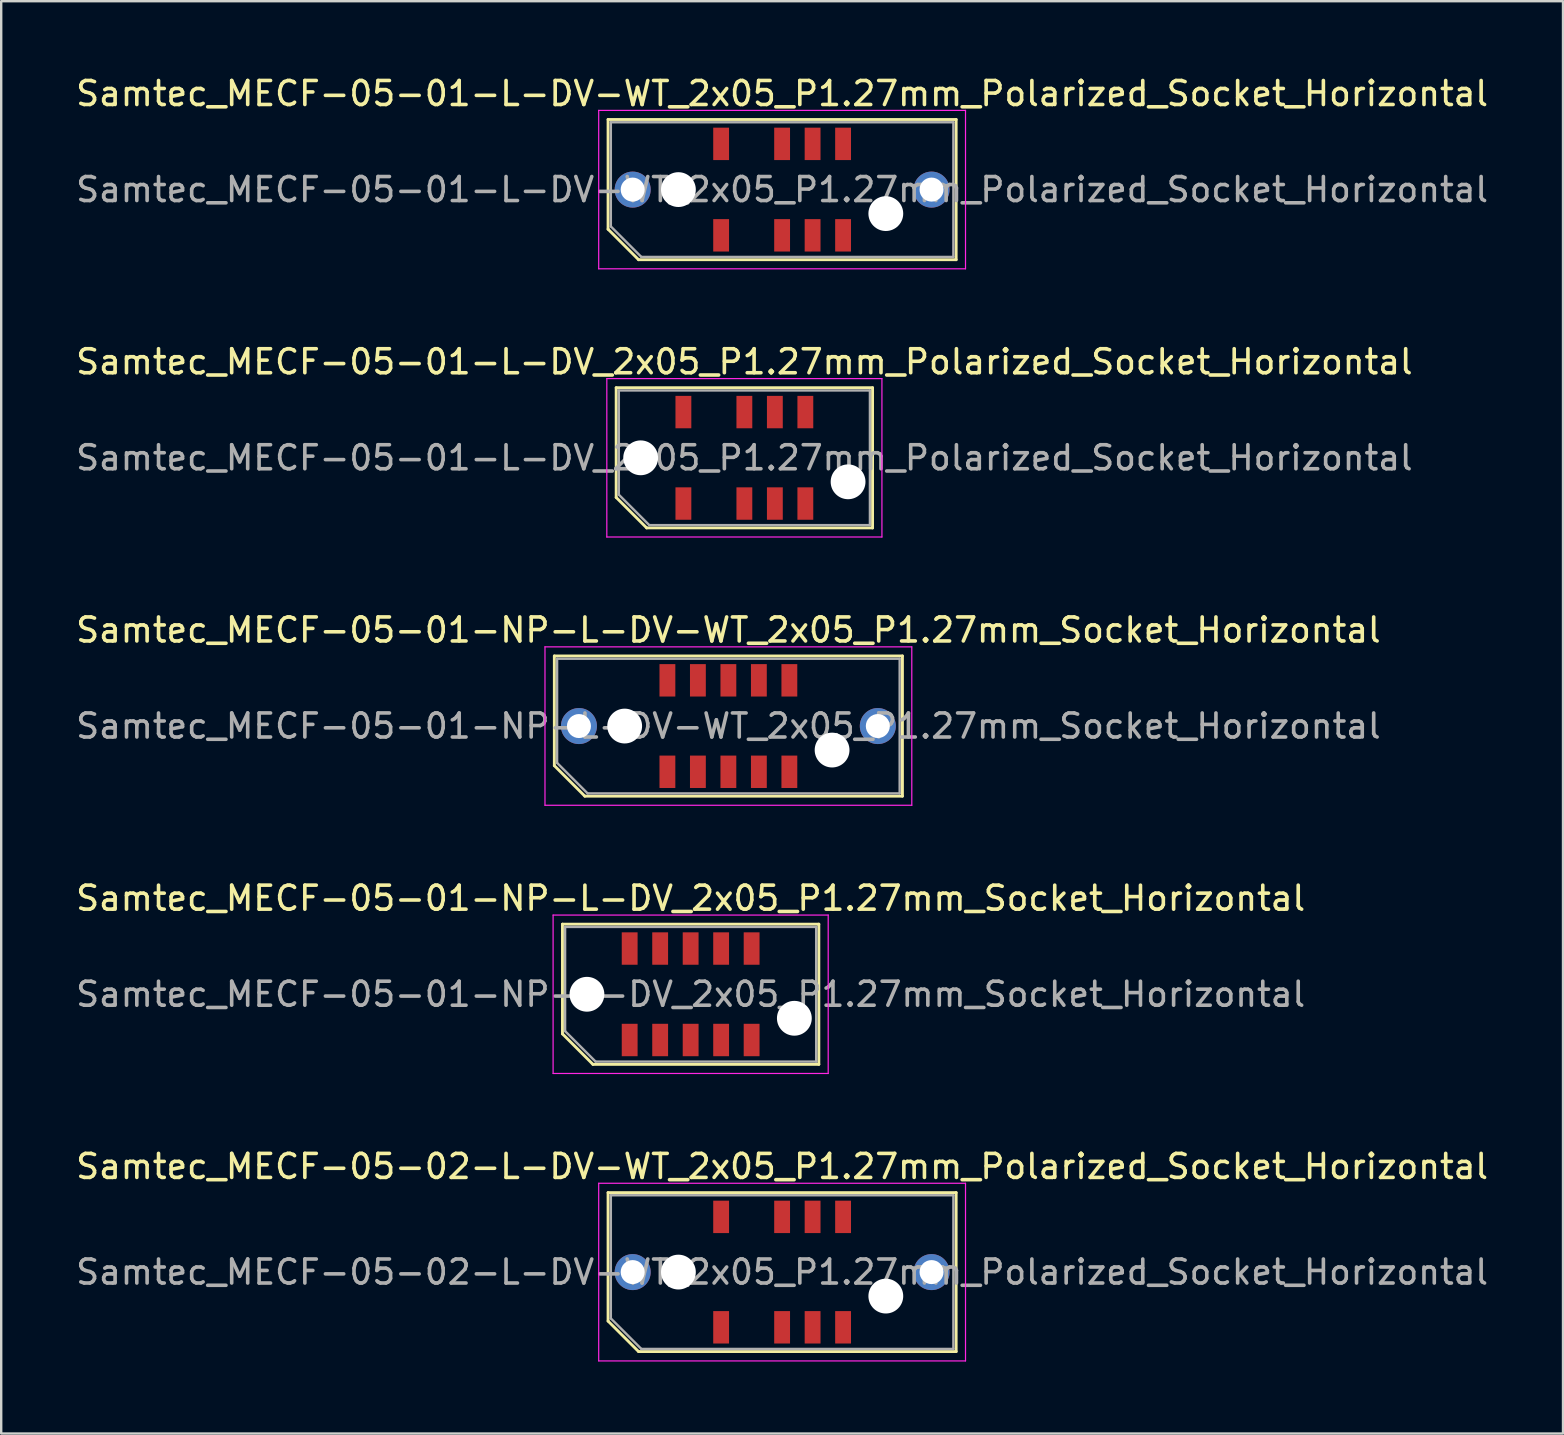
<source format=kicad_pcb>
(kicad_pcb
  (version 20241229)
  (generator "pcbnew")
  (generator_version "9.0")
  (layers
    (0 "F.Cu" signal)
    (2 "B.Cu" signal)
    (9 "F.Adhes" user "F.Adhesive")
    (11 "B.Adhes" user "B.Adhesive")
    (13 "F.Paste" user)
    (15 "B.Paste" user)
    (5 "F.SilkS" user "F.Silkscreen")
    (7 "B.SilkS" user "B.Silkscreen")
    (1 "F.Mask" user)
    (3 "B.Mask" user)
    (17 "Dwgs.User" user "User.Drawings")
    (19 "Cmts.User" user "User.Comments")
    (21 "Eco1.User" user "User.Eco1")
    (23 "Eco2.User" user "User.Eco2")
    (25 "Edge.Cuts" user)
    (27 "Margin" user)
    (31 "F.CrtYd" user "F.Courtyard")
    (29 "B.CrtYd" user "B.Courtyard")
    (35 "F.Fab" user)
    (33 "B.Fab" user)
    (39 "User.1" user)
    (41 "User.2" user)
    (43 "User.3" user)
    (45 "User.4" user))
  (footprint "Samtec_MECF-05-01-L-DV_2x05_P1.27mm_Polarized_Socket_Horizontal"
    (layer "F.Cu")
    (at 27.958 16.021)
    (property "Reference" "Samtec_MECF-05-01-L-DV_2x05_P1.27mm_Polarized_Socket_Horizontal" (at 0 -4 0) (layer "F.SilkS") (effects (font (size 1 1) (thickness 0.15))))
    (attr smd)
    (fp_line (start -5.34 -2.92) (end 5.34 -2.92) (stroke (width 0.12) (type solid)) (layer "F.SilkS"))
    (fp_line (start -5.34 1.65) (end -5.34 -2.92) (stroke (width 0.12) (type solid)) (layer "F.SilkS"))
    (fp_line (start -4.07 2.92) (end -5.34 1.65) (stroke (width 0.12) (type solid)) (layer "F.SilkS"))
    (fp_line (start -4.07 2.92) (end 5.34 2.92) (stroke (width 0.12) (type solid)) (layer "F.SilkS"))
    (fp_line (start 5.34 2.92) (end 5.34 -2.92) (stroke (width 0.12) (type solid)) (layer "F.SilkS"))
    (fp_line (start -5.73 -3.3) (end -5.73 3.3) (stroke (width 0.05) (type solid)) (layer "F.CrtYd"))
    (fp_line (start -5.73 3.3) (end 5.73 3.3) (stroke (width 0.05) (type solid)) (layer "F.CrtYd"))
    (fp_line (start 5.73 -3.3) (end -5.73 -3.3) (stroke (width 0.05) (type solid)) (layer "F.CrtYd"))
    (fp_line (start 5.73 3.3) (end 5.73 -3.3) (stroke (width 0.05) (type solid)) (layer "F.CrtYd"))
    (fp_line (start -5.23 -2.805) (end 5.23 -2.805) (stroke (width 0.1) (type solid)) (layer "F.Fab"))
    (fp_line (start -5.23 1.535) (end -5.23 -2.805) (stroke (width 0.1) (type solid)) (layer "F.Fab"))
    (fp_line (start -5.23 1.535) (end -3.96 2.805) (stroke (width 0.1) (type solid)) (layer "F.Fab"))
    (fp_line (start -3.96 2.805) (end 5.23 2.805) (stroke (width 0.1) (type solid)) (layer "F.Fab"))
    (fp_line (start 5.23 2.805) (end 5.23 -2.805) (stroke (width 0.1) (type solid)) (layer "F.Fab"))
    (fp_text user "${REFERENCE}" (at 0 0 0) (layer "F.Fab") (effects (font (size 1 1) (thickness 0.15))))
    (pad "" np_thru_hole circle (at -4.32 0) (size 1.45 1.45) (drill 1.45) (layers "*.Cu" "*.Mask"))
    (pad "" np_thru_hole circle (at 4.32 1) (size 1.45 1.45) (drill 1.45) (layers "*.Cu" "*.Mask"))
    (pad "1" smd rect (at -2.54 1.905) (size 0.66 1.35) (layers "F.Cu" "F.Mask" "F.Paste"))
    (pad "2" smd rect (at -2.54 -1.905) (size 0.66 1.35) (layers "F.Cu" "F.Mask" "F.Paste"))
    (pad "5" smd rect (at 0 1.905) (size 0.66 1.35) (layers "F.Cu" "F.Mask" "F.Paste"))
    (pad "6" smd rect (at 0 -1.905) (size 0.66 1.35) (layers "F.Cu" "F.Mask" "F.Paste"))
    (pad "7" smd rect (at 1.27 1.905) (size 0.66 1.35) (layers "F.Cu" "F.Mask" "F.Paste"))
    (pad "8" smd rect (at 1.27 -1.905) (size 0.66 1.35) (layers "F.Cu" "F.Mask" "F.Paste"))
    (pad "9" smd rect (at 2.54 1.905) (size 0.66 1.35) (layers "F.Cu" "F.Mask" "F.Paste"))
    (pad "10" smd rect (at 2.54 -1.905) (size 0.66 1.35) (layers "F.Cu" "F.Mask" "F.Paste")))
  (footprint "Samtec_MECF-05-01-NP-L-DV_2x05_P1.27mm_Socket_Horizontal"
    (layer "F.Cu")
    (at 25.72 38.368)
    (property "Reference" "Samtec_MECF-05-01-NP-L-DV_2x05_P1.27mm_Socket_Horizontal" (at 0 -4 0) (layer "F.SilkS") (effects (font (size 1 1) (thickness 0.15))))
    (attr smd)
    (fp_line (start -5.34 -2.92) (end 5.34 -2.92) (stroke (width 0.12) (type solid)) (layer "F.SilkS"))
    (fp_line (start -5.34 1.65) (end -5.34 -2.92) (stroke (width 0.12) (type solid)) (layer "F.SilkS"))
    (fp_line (start -4.07 2.92) (end -5.34 1.65) (stroke (width 0.12) (type solid)) (layer "F.SilkS"))
    (fp_line (start -4.07 2.92) (end 5.34 2.92) (stroke (width 0.12) (type solid)) (layer "F.SilkS"))
    (fp_line (start 5.34 2.92) (end 5.34 -2.92) (stroke (width 0.12) (type solid)) (layer "F.SilkS"))
    (fp_line (start -5.73 -3.3) (end -5.73 3.3) (stroke (width 0.05) (type solid)) (layer "F.CrtYd"))
    (fp_line (start -5.73 3.3) (end 5.73 3.3) (stroke (width 0.05) (type solid)) (layer "F.CrtYd"))
    (fp_line (start 5.73 -3.3) (end -5.73 -3.3) (stroke (width 0.05) (type solid)) (layer "F.CrtYd"))
    (fp_line (start 5.73 3.3) (end 5.73 -3.3) (stroke (width 0.05) (type solid)) (layer "F.CrtYd"))
    (fp_line (start -5.23 -2.805) (end 5.23 -2.805) (stroke (width 0.1) (type solid)) (layer "F.Fab"))
    (fp_line (start -5.23 1.535) (end -5.23 -2.805) (stroke (width 0.1) (type solid)) (layer "F.Fab"))
    (fp_line (start -5.23 1.535) (end -3.96 2.805) (stroke (width 0.1) (type solid)) (layer "F.Fab"))
    (fp_line (start -3.96 2.805) (end 5.23 2.805) (stroke (width 0.1) (type solid)) (layer "F.Fab"))
    (fp_line (start 5.23 2.805) (end 5.23 -2.805) (stroke (width 0.1) (type solid)) (layer "F.Fab"))
    (fp_text user "${REFERENCE}" (at 0 0 0) (layer "F.Fab") (effects (font (size 1 1) (thickness 0.15))))
    (pad "" np_thru_hole circle (at -4.32 0) (size 1.45 1.45) (drill 1.45) (layers "*.Cu" "*.Mask"))
    (pad "" np_thru_hole circle (at 4.32 1) (size 1.45 1.45) (drill 1.45) (layers "*.Cu" "*.Mask"))
    (pad "1" smd rect (at -2.54 1.905) (size 0.66 1.35) (layers "F.Cu" "F.Mask" "F.Paste"))
    (pad "2" smd rect (at -2.54 -1.905) (size 0.66 1.35) (layers "F.Cu" "F.Mask" "F.Paste"))
    (pad "3" smd rect (at -1.27 1.905) (size 0.66 1.35) (layers "F.Cu" "F.Mask" "F.Paste"))
    (pad "4" smd rect (at -1.27 -1.905) (size 0.66 1.35) (layers "F.Cu" "F.Mask" "F.Paste"))
    (pad "5" smd rect (at 0 1.905) (size 0.66 1.35) (layers "F.Cu" "F.Mask" "F.Paste"))
    (pad "6" smd rect (at 0 -1.905) (size 0.66 1.35) (layers "F.Cu" "F.Mask" "F.Paste"))
    (pad "7" smd rect (at 1.27 1.905) (size 0.66 1.35) (layers "F.Cu" "F.Mask" "F.Paste"))
    (pad "8" smd rect (at 1.27 -1.905) (size 0.66 1.35) (layers "F.Cu" "F.Mask" "F.Paste"))
    (pad "9" smd rect (at 2.54 1.905) (size 0.66 1.35) (layers "F.Cu" "F.Mask" "F.Paste"))
    (pad "10" smd rect (at 2.54 -1.905) (size 0.66 1.35) (layers "F.Cu" "F.Mask" "F.Paste")))
  (footprint "Samtec_MECF-05-01-L-DV-WT_2x05_P1.27mm_Polarized_Socket_Horizontal"
    (layer "F.Cu")
    (at 29.53 4.848)
    (property "Reference" "Samtec_MECF-05-01-L-DV-WT_2x05_P1.27mm_Polarized_Socket_Horizontal" (at 0 -4 0) (layer "F.SilkS") (effects (font (size 1 1) (thickness 0.15))))
    (attr smd)
    (fp_line (start -7.25 -2.92) (end 7.25 -2.92) (stroke (width 0.12) (type solid)) (layer "F.SilkS"))
    (fp_line (start -7.25 1.65) (end -7.25 -2.92) (stroke (width 0.12) (type solid)) (layer "F.SilkS"))
    (fp_line (start -5.98 2.92) (end -7.25 1.65) (stroke (width 0.12) (type solid)) (layer "F.SilkS"))
    (fp_line (start -5.98 2.92) (end 7.25 2.92) (stroke (width 0.12) (type solid)) (layer "F.SilkS"))
    (fp_line (start 7.25 2.92) (end 7.25 -2.92) (stroke (width 0.12) (type solid)) (layer "F.SilkS"))
    (fp_line (start -7.64 -3.3) (end -7.64 3.3) (stroke (width 0.05) (type solid)) (layer "F.CrtYd"))
    (fp_line (start -7.64 3.3) (end 7.64 3.3) (stroke (width 0.05) (type solid)) (layer "F.CrtYd"))
    (fp_line (start 7.64 -3.3) (end -7.64 -3.3) (stroke (width 0.05) (type solid)) (layer "F.CrtYd"))
    (fp_line (start 7.64 3.3) (end 7.64 -3.3) (stroke (width 0.05) (type solid)) (layer "F.CrtYd"))
    (fp_line (start -7.135 -2.805) (end 7.135 -2.805) (stroke (width 0.1) (type solid)) (layer "F.Fab"))
    (fp_line (start -7.135 1.535) (end -7.135 -2.805) (stroke (width 0.1) (type solid)) (layer "F.Fab"))
    (fp_line (start -7.135 1.535) (end -5.865 2.805) (stroke (width 0.1) (type solid)) (layer "F.Fab"))
    (fp_line (start -5.865 2.805) (end 7.135 2.805) (stroke (width 0.1) (type solid)) (layer "F.Fab"))
    (fp_line (start 7.135 2.805) (end 7.135 -2.805) (stroke (width 0.1) (type solid)) (layer "F.Fab"))
    (fp_text user "${REFERENCE}" (at 0 0 0) (layer "F.Fab") (effects (font (size 1 1) (thickness 0.15))))
    (pad "" thru_hole circle (at -6.225 0) (size 1.5 1.5) (drill 1) (layers "*.Cu" "*.Mask"))
    (pad "" np_thru_hole circle (at -4.32 0) (size 1.45 1.45) (drill 1.45) (layers "*.Cu" "*.Mask"))
    (pad "" np_thru_hole circle (at 4.32 1) (size 1.45 1.45) (drill 1.45) (layers "*.Cu" "*.Mask"))
    (pad "" thru_hole circle (at 6.225 0) (size 1.5 1.5) (drill 1) (layers "*.Cu" "*.Mask"))
    (pad "1" smd rect (at -2.54 1.905) (size 0.66 1.35) (layers "F.Cu" "F.Mask" "F.Paste"))
    (pad "2" smd rect (at -2.54 -1.905) (size 0.66 1.35) (layers "F.Cu" "F.Mask" "F.Paste"))
    (pad "5" smd rect (at 0 1.905) (size 0.66 1.35) (layers "F.Cu" "F.Mask" "F.Paste"))
    (pad "6" smd rect (at 0 -1.905) (size 0.66 1.35) (layers "F.Cu" "F.Mask" "F.Paste"))
    (pad "7" smd rect (at 1.27 1.905) (size 0.66 1.35) (layers "F.Cu" "F.Mask" "F.Paste"))
    (pad "8" smd rect (at 1.27 -1.905) (size 0.66 1.35) (layers "F.Cu" "F.Mask" "F.Paste"))
    (pad "9" smd rect (at 2.54 1.905) (size 0.66 1.35) (layers "F.Cu" "F.Mask" "F.Paste"))
    (pad "10" smd rect (at 2.54 -1.905) (size 0.66 1.35) (layers "F.Cu" "F.Mask" "F.Paste")))
  (footprint "Samtec_MECF-05-01-NP-L-DV-WT_2x05_P1.27mm_Socket_Horizontal"
    (layer "F.Cu")
    (at 27.292 27.195)
    (property "Reference" "Samtec_MECF-05-01-NP-L-DV-WT_2x05_P1.27mm_Socket_Horizontal" (at 0 -4 0) (layer "F.SilkS") (effects (font (size 1 1) (thickness 0.15))))
    (attr smd)
    (fp_line (start -7.25 -2.92) (end 7.25 -2.92) (stroke (width 0.12) (type solid)) (layer "F.SilkS"))
    (fp_line (start -7.25 1.65) (end -7.25 -2.92) (stroke (width 0.12) (type solid)) (layer "F.SilkS"))
    (fp_line (start -5.98 2.92) (end -7.25 1.65) (stroke (width 0.12) (type solid)) (layer "F.SilkS"))
    (fp_line (start -5.98 2.92) (end 7.25 2.92) (stroke (width 0.12) (type solid)) (layer "F.SilkS"))
    (fp_line (start 7.25 2.92) (end 7.25 -2.92) (stroke (width 0.12) (type solid)) (layer "F.SilkS"))
    (fp_line (start -7.64 -3.3) (end -7.64 3.3) (stroke (width 0.05) (type solid)) (layer "F.CrtYd"))
    (fp_line (start -7.64 3.3) (end 7.64 3.3) (stroke (width 0.05) (type solid)) (layer "F.CrtYd"))
    (fp_line (start 7.64 -3.3) (end -7.64 -3.3) (stroke (width 0.05) (type solid)) (layer "F.CrtYd"))
    (fp_line (start 7.64 3.3) (end 7.64 -3.3) (stroke (width 0.05) (type solid)) (layer "F.CrtYd"))
    (fp_line (start -7.135 -2.805) (end 7.135 -2.805) (stroke (width 0.1) (type solid)) (layer "F.Fab"))
    (fp_line (start -7.135 1.535) (end -7.135 -2.805) (stroke (width 0.1) (type solid)) (layer "F.Fab"))
    (fp_line (start -7.135 1.535) (end -5.865 2.805) (stroke (width 0.1) (type solid)) (layer "F.Fab"))
    (fp_line (start -5.865 2.805) (end 7.135 2.805) (stroke (width 0.1) (type solid)) (layer "F.Fab"))
    (fp_line (start 7.135 2.805) (end 7.135 -2.805) (stroke (width 0.1) (type solid)) (layer "F.Fab"))
    (fp_text user "${REFERENCE}" (at 0 0 0) (layer "F.Fab") (effects (font (size 1 1) (thickness 0.15))))
    (pad "" thru_hole circle (at -6.225 0) (size 1.5 1.5) (drill 1) (layers "*.Cu" "*.Mask"))
    (pad "" np_thru_hole circle (at -4.32 0) (size 1.45 1.45) (drill 1.45) (layers "*.Cu" "*.Mask"))
    (pad "" np_thru_hole circle (at 4.32 1) (size 1.45 1.45) (drill 1.45) (layers "*.Cu" "*.Mask"))
    (pad "" thru_hole circle (at 6.225 0) (size 1.5 1.5) (drill 1) (layers "*.Cu" "*.Mask"))
    (pad "1" smd rect (at -2.54 1.905) (size 0.66 1.35) (layers "F.Cu" "F.Mask" "F.Paste"))
    (pad "2" smd rect (at -2.54 -1.905) (size 0.66 1.35) (layers "F.Cu" "F.Mask" "F.Paste"))
    (pad "3" smd rect (at -1.27 1.905) (size 0.66 1.35) (layers "F.Cu" "F.Mask" "F.Paste"))
    (pad "4" smd rect (at -1.27 -1.905) (size 0.66 1.35) (layers "F.Cu" "F.Mask" "F.Paste"))
    (pad "5" smd rect (at 0 1.905) (size 0.66 1.35) (layers "F.Cu" "F.Mask" "F.Paste"))
    (pad "6" smd rect (at 0 -1.905) (size 0.66 1.35) (layers "F.Cu" "F.Mask" "F.Paste"))
    (pad "7" smd rect (at 1.27 1.905) (size 0.66 1.35) (layers "F.Cu" "F.Mask" "F.Paste"))
    (pad "8" smd rect (at 1.27 -1.905) (size 0.66 1.35) (layers "F.Cu" "F.Mask" "F.Paste"))
    (pad "9" smd rect (at 2.54 1.905) (size 0.66 1.35) (layers "F.Cu" "F.Mask" "F.Paste"))
    (pad "10" smd rect (at 2.54 -1.905) (size 0.66 1.35) (layers "F.Cu" "F.Mask" "F.Paste")))
  (footprint "Samtec_MECF-05-02-L-DV-WT_2x05_P1.27mm_Polarized_Socket_Horizontal"
    (layer "F.Cu")
    (at 29.53 49.941)
    (property "Reference" "Samtec_MECF-05-02-L-DV-WT_2x05_P1.27mm_Polarized_Socket_Horizontal" (at 0 -4.4 0) (layer "F.SilkS") (effects (font (size 1 1) (thickness 0.15))))
    (attr smd)
    (fp_line (start -7.25 -3.31) (end 7.25 -3.31) (stroke (width 0.12) (type solid)) (layer "F.SilkS"))
    (fp_line (start -7.25 2.04) (end -7.25 -3.31) (stroke (width 0.12) (type solid)) (layer "F.SilkS"))
    (fp_line (start -5.98 3.31) (end -7.25 2.04) (stroke (width 0.12) (type solid)) (layer "F.SilkS"))
    (fp_line (start -5.98 3.31) (end 7.25 3.31) (stroke (width 0.12) (type solid)) (layer "F.SilkS"))
    (fp_line (start 7.25 3.31) (end 7.25 -3.31) (stroke (width 0.12) (type solid)) (layer "F.SilkS"))
    (fp_line (start -7.64 -3.7) (end -7.64 3.7) (stroke (width 0.05) (type solid)) (layer "F.CrtYd"))
    (fp_line (start -7.64 3.7) (end 7.64 3.7) (stroke (width 0.05) (type solid)) (layer "F.CrtYd"))
    (fp_line (start 7.64 -3.7) (end -7.64 -3.7) (stroke (width 0.05) (type solid)) (layer "F.CrtYd"))
    (fp_line (start 7.64 3.7) (end 7.64 -3.7) (stroke (width 0.05) (type solid)) (layer "F.CrtYd"))
    (fp_line (start -7.135 -3.2) (end 7.135 -3.2) (stroke (width 0.1) (type solid)) (layer "F.Fab"))
    (fp_line (start -7.135 1.93) (end -7.135 -3.2) (stroke (width 0.1) (type solid)) (layer "F.Fab"))
    (fp_line (start -7.135 1.93) (end -5.865 3.2) (stroke (width 0.1) (type solid)) (layer "F.Fab"))
    (fp_line (start -5.865 3.2) (end 7.135 3.2) (stroke (width 0.1) (type solid)) (layer "F.Fab"))
    (fp_line (start 7.135 3.2) (end 7.135 -3.2) (stroke (width 0.1) (type solid)) (layer "F.Fab"))
    (fp_text user "${REFERENCE}" (at 0 0 0) (layer "F.Fab") (effects (font (size 1 1) (thickness 0.15))))
    (pad "" thru_hole circle (at -6.225 0) (size 1.5 1.5) (drill 1) (layers "*.Cu" "*.Mask"))
    (pad "" np_thru_hole circle (at -4.32 0) (size 1.45 1.45) (drill 1.45) (layers "*.Cu" "*.Mask"))
    (pad "" np_thru_hole circle (at 4.32 1) (size 1.45 1.45) (drill 1.45) (layers "*.Cu" "*.Mask"))
    (pad "" thru_hole circle (at 6.225 0) (size 1.5 1.5) (drill 1) (layers "*.Cu" "*.Mask"))
    (pad "1" smd rect (at -2.54 2.3) (size 0.66 1.35) (layers "F.Cu" "F.Mask" "F.Paste"))
    (pad "2" smd rect (at -2.54 -2.3) (size 0.66 1.35) (layers "F.Cu" "F.Mask" "F.Paste"))
    (pad "5" smd rect (at 0 2.3) (size 0.66 1.35) (layers "F.Cu" "F.Mask" "F.Paste"))
    (pad "6" smd rect (at 0 -2.3) (size 0.66 1.35) (layers "F.Cu" "F.Mask" "F.Paste"))
    (pad "7" smd rect (at 1.27 2.3) (size 0.66 1.35) (layers "F.Cu" "F.Mask" "F.Paste"))
    (pad "8" smd rect (at 1.27 -2.3) (size 0.66 1.35) (layers "F.Cu" "F.Mask" "F.Paste"))
    (pad "9" smd rect (at 2.54 2.3) (size 0.66 1.35) (layers "F.Cu" "F.Mask" "F.Paste"))
    (pad "10" smd rect (at 2.54 -2.3) (size 0.66 1.35) (layers "F.Cu" "F.Mask" "F.Paste")))
  (gr_rect
    (start -3 -3)
    (end 62.06 56.666)
    (stroke (width 0.1) (type default))
    (fill no)
    (layer "Edge.Cuts")))
</source>
